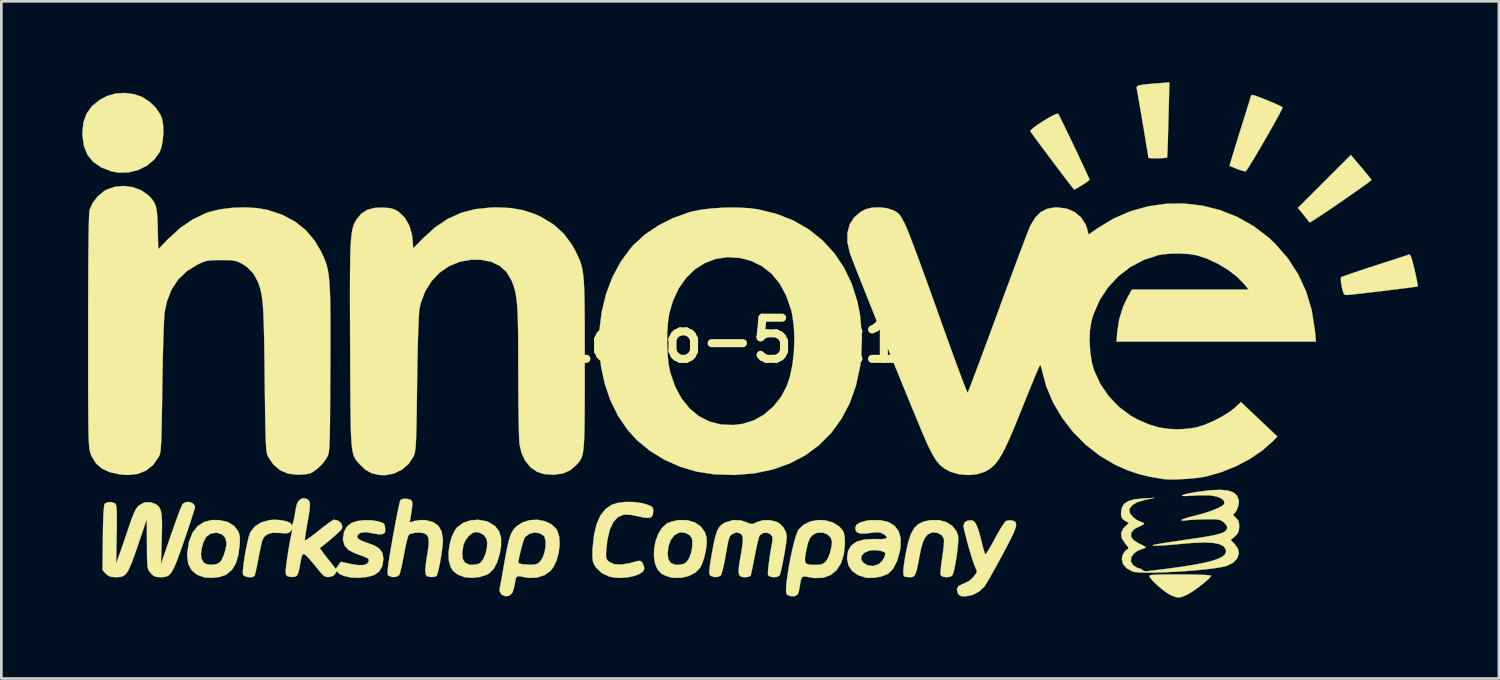
<source format=kicad_pcb>
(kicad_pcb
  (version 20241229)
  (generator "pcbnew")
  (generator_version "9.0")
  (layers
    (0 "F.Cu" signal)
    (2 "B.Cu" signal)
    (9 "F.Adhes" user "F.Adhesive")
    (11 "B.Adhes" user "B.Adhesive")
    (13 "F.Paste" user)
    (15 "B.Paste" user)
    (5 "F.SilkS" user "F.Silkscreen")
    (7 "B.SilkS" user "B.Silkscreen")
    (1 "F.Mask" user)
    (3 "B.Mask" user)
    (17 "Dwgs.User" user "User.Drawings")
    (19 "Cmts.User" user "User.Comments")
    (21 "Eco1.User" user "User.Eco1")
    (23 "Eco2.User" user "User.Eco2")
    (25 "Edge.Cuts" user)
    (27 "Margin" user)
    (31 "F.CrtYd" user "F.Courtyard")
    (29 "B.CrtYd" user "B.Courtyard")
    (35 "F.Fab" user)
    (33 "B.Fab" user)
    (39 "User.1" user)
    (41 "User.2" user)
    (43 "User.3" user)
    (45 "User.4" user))
  (footprint "Logo-50x19"
    (layer "F.Cu")
    (at 24.755 9.567)
    (property "Reference" "Logo-50x19" (at 0 0 0) (layer "F.SilkS") (effects (font (size 1.524 1.524) (thickness 0.3))))
    (attr through_hole)
    (fp_poly (pts (xy 22.664 -6.429) (xy 22.814 -6.25) (xy 22.939 -6.097) (xy 23.023 -5.989) (xy 23.054 -5.943) (xy 23.017 -5.908) (xy 22.908 -5.826) (xy 22.742 -5.705) (xy 22.53 -5.555) (xy 22.286 -5.385) (xy 22.024 -5.203) (xy 21.756 -5.019) (xy 21.496 -4.841) (xy 21.256 -4.68) (xy 21.049 -4.543) (xy 20.89 -4.44) (xy 20.791 -4.38) (xy 20.765 -4.369) (xy 20.729 -4.404) (xy 20.701 -4.441) (xy 20.64 -4.521) (xy 20.543 -4.644) (xy 20.488 -4.711) (xy 20.326 -4.909) (xy 22.289 -6.87) (xy 22.664 -6.429)) (stroke (width 0.01) (type solid)) (fill yes) (layer "F.SilkS"))
    (fp_poly (pts (xy -22.827 -9.124) (xy -22.538 -9.023) (xy -22.266 -8.85) (xy -22.033 -8.626) (xy -21.862 -8.376) (xy -21.793 -8.205) (xy -21.754 -7.968) (xy -21.747 -7.687) (xy -21.771 -7.399) (xy -21.822 -7.143) (xy -21.882 -6.985) (xy -22.083 -6.703) (xy -22.354 -6.477) (xy -22.676 -6.315) (xy -23.03 -6.225) (xy -23.396 -6.213) (xy -23.676 -6.264) (xy -24.054 -6.41) (xy -24.348 -6.613) (xy -24.561 -6.876) (xy -24.693 -7.2) (xy -24.748 -7.591) (xy -24.75 -7.679) (xy -24.713 -8.071) (xy -24.595 -8.404) (xy -24.393 -8.683) (xy -24.103 -8.915) (xy -23.842 -9.054) (xy -23.528 -9.147) (xy -23.178 -9.17) (xy -22.827 -9.124)) (stroke (width 0.01) (type solid)) (fill yes) (layer "F.SilkS"))
    (fp_poly (pts (xy 16.349 8.689) (xy 16.669 8.695) (xy 16.907 8.705) (xy 17.056 8.718) (xy 17.111 8.734) (xy 17.111 8.736) (xy 17.055 8.81) (xy 16.937 8.922) (xy 16.777 9.055) (xy 16.598 9.192) (xy 16.422 9.316) (xy 16.27 9.408) (xy 16.231 9.428) (xy 16.051 9.508) (xy 15.921 9.54) (xy 15.801 9.527) (xy 15.651 9.469) (xy 15.609 9.451) (xy 15.459 9.363) (xy 15.279 9.23) (xy 15.098 9.075) (xy 14.942 8.923) (xy 14.839 8.797) (xy 14.828 8.778) (xy 14.817 8.749) (xy 14.828 8.727) (xy 14.873 8.711) (xy 14.962 8.699) (xy 15.108 8.692) (xy 15.322 8.689) (xy 15.615 8.687) (xy 15.954 8.687) (xy 16.349 8.689)) (stroke (width 0.01) (type solid)) (fill yes) (layer "F.SilkS"))
    (fp_poly (pts (xy 15.525 -8.174) (xy 15.515 -7.81) (xy 15.506 -7.48) (xy 15.497 -7.2) (xy 15.489 -6.98) (xy 15.483 -6.835) (xy 15.479 -6.777) (xy 15.479 -6.777) (xy 15.418 -6.763) (xy 15.293 -6.753) (xy 15.136 -6.748) (xy 14.978 -6.747) (xy 14.851 -6.752) (xy 14.786 -6.762) (xy 14.783 -6.766) (xy 14.775 -6.825) (xy 14.752 -6.968) (xy 14.718 -7.178) (xy 14.675 -7.438) (xy 14.626 -7.732) (xy 14.573 -8.043) (xy 14.521 -8.355) (xy 14.47 -8.65) (xy 14.425 -8.912) (xy 14.388 -9.125) (xy 14.361 -9.272) (xy 14.35 -9.33) (xy 14.346 -9.381) (xy 14.368 -9.42) (xy 14.431 -9.449) (xy 14.547 -9.473) (xy 14.732 -9.495) (xy 14.999 -9.518) (xy 15.134 -9.529) (xy 15.561 -9.562) (xy 15.525 -8.174)) (stroke (width 0.01) (type solid)) (fill yes) (layer "F.SilkS"))
    (fp_poly (pts (xy 11.434 -8.398) (xy 11.466 -8.343) (xy 11.533 -8.212) (xy 11.628 -8.018) (xy 11.745 -7.778) (xy 11.876 -7.506) (xy 12.015 -7.217) (xy 12.153 -6.926) (xy 12.284 -6.647) (xy 12.401 -6.396) (xy 12.497 -6.188) (xy 12.565 -6.037) (xy 12.597 -5.958) (xy 12.598 -5.951) (xy 12.559 -5.913) (xy 12.46 -5.842) (xy 12.33 -5.756) (xy 12.196 -5.673) (xy 12.086 -5.611) (xy 12.031 -5.588) (xy 11.997 -5.627) (xy 11.91 -5.737) (xy 11.779 -5.906) (xy 11.612 -6.125) (xy 11.417 -6.382) (xy 11.226 -6.637) (xy 11.011 -6.923) (xy 10.816 -7.184) (xy 10.649 -7.409) (xy 10.519 -7.586) (xy 10.433 -7.704) (xy 10.402 -7.748) (xy 10.428 -7.797) (xy 10.523 -7.881) (xy 10.667 -7.987) (xy 10.84 -8.102) (xy 11.022 -8.214) (xy 11.192 -8.31) (xy 11.331 -8.377) (xy 11.418 -8.403) (xy 11.434 -8.398)) (stroke (width 0.01) (type solid)) (fill yes) (layer "F.SilkS"))
    (fp_poly (pts (xy 18.725 -9.075) (xy 18.859 -9.027) (xy 19.036 -8.959) (xy 19.232 -8.879) (xy 19.425 -8.798) (xy 19.593 -8.724) (xy 19.711 -8.667) (xy 19.759 -8.637) (xy 19.759 -8.636) (xy 19.734 -8.571) (xy 19.665 -8.435) (xy 19.561 -8.242) (xy 19.431 -8.006) (xy 19.281 -7.742) (xy 19.121 -7.462) (xy 18.959 -7.182) (xy 18.802 -6.916) (xy 18.66 -6.678) (xy 18.539 -6.481) (xy 18.448 -6.34) (xy 18.396 -6.269) (xy 18.388 -6.264) (xy 18.301 -6.276) (xy 18.159 -6.319) (xy 18.06 -6.356) (xy 17.917 -6.416) (xy 17.819 -6.458) (xy 17.794 -6.471) (xy 17.806 -6.521) (xy 17.844 -6.654) (xy 17.905 -6.859) (xy 17.986 -7.123) (xy 18.081 -7.433) (xy 18.188 -7.774) (xy 18.295 -8.117) (xy 18.392 -8.427) (xy 18.474 -8.691) (xy 18.538 -8.896) (xy 18.579 -9.03) (xy 18.593 -9.079) (xy 18.633 -9.092) (xy 18.655 -9.093) (xy 18.725 -9.075)) (stroke (width 0.01) (type solid)) (fill yes) (layer "F.SilkS"))
    (fp_poly (pts (xy 24.487 -3.16) (xy 24.529 -3.071) (xy 24.581 -2.902) (xy 24.645 -2.644) (xy 24.653 -2.609) (xy 24.705 -2.378) (xy 24.745 -2.186) (xy 24.769 -2.053) (xy 24.774 -1.998) (xy 24.774 -1.998) (xy 24.721 -1.988) (xy 24.584 -1.968) (xy 24.378 -1.94) (xy 24.12 -1.907) (xy 23.826 -1.871) (xy 23.512 -1.832) (xy 23.195 -1.794) (xy 22.89 -1.758) (xy 22.615 -1.726) (xy 22.385 -1.701) (xy 22.216 -1.684) (xy 22.125 -1.677) (xy 22.121 -1.676) (xy 22.059 -1.693) (xy 22.014 -1.756) (xy 21.974 -1.887) (xy 21.952 -1.988) (xy 21.925 -2.156) (xy 21.918 -2.283) (xy 21.93 -2.337) (xy 21.988 -2.362) (xy 22.129 -2.413) (xy 22.34 -2.486) (xy 22.606 -2.576) (xy 22.916 -2.678) (xy 23.176 -2.763) (xy 23.511 -2.871) (xy 23.815 -2.97) (xy 24.075 -3.054) (xy 24.277 -3.12) (xy 24.407 -3.163) (xy 24.449 -3.178) (xy 24.487 -3.16)) (stroke (width 0.01) (type solid)) (fill yes) (layer "F.SilkS"))
    (fp_poly (pts (xy -9.78 6.71) (xy -9.673 6.751) (xy -9.445 6.895) (xy -9.296 7.086) (xy -9.223 7.332) (xy -9.224 7.639) (xy -9.271 7.91) (xy -9.368 8.236) (xy -9.494 8.475) (xy -9.657 8.639) (xy -9.754 8.696) (xy -10.019 8.782) (xy -10.315 8.813) (xy -10.58 8.786) (xy -10.834 8.691) (xy -11.011 8.545) (xy -11.095 8.409) (xy -11.16 8.176) (xy -11.172 7.891) (xy -11.172 7.889) (xy -10.664 7.889) (xy -10.646 8.105) (xy -10.563 8.248) (xy -10.414 8.319) (xy -10.297 8.33) (xy -10.143 8.314) (xy -10.023 8.278) (xy -10.003 8.266) (xy -9.891 8.129) (xy -9.803 7.929) (xy -9.748 7.703) (xy -9.738 7.488) (xy -9.761 7.366) (xy -9.858 7.228) (xy -10.018 7.137) (xy -10.162 7.112) (xy -10.293 7.156) (xy -10.43 7.269) (xy -10.547 7.423) (xy -10.618 7.593) (xy -10.619 7.595) (xy -10.664 7.889) (xy -11.172 7.889) (xy -11.135 7.588) (xy -11.055 7.296) (xy -10.937 7.049) (xy -10.85 6.935) (xy -10.634 6.776) (xy -10.365 6.682) (xy -10.071 6.659) (xy -9.78 6.71)) (stroke (width 0.01) (type solid)) (fill yes) (layer "F.SilkS"))
    (fp_poly (pts (xy -19.654 6.671) (xy -19.355 6.743) (xy -19.131 6.879) (xy -18.988 7.061) (xy -18.934 7.183) (xy -18.91 7.316) (xy -18.911 7.497) (xy -18.917 7.595) (xy -18.969 7.983) (xy -19.063 8.286) (xy -19.203 8.514) (xy -19.394 8.677) (xy -19.45 8.709) (xy -19.65 8.776) (xy -19.898 8.81) (xy -20.148 8.805) (xy -20.234 8.792) (xy -20.505 8.694) (xy -20.701 8.528) (xy -20.822 8.296) (xy -20.864 8) (xy -20.862 7.928) (xy -20.353 7.928) (xy -20.335 8.096) (xy -20.264 8.225) (xy -20.237 8.255) (xy -20.12 8.312) (xy -19.954 8.328) (xy -19.783 8.303) (xy -19.672 8.253) (xy -19.591 8.154) (xy -19.512 7.988) (xy -19.448 7.79) (xy -19.41 7.595) (xy -19.406 7.515) (xy -19.449 7.329) (xy -19.57 7.201) (xy -19.757 7.142) (xy -19.812 7.14) (xy -20.008 7.177) (xy -20.157 7.292) (xy -20.264 7.493) (xy -20.32 7.694) (xy -20.353 7.928) (xy -20.862 7.928) (xy -20.86 7.874) (xy -20.795 7.471) (xy -20.67 7.147) (xy -20.487 6.904) (xy -20.248 6.743) (xy -19.955 6.667) (xy -19.654 6.671)) (stroke (width 0.01) (type solid)) (fill yes) (layer "F.SilkS"))
    (fp_poly (pts (xy -2.301 6.676) (xy -2.03 6.76) (xy -1.813 6.911) (xy -1.662 7.12) (xy -1.6 7.328) (xy -1.596 7.537) (xy -1.629 7.795) (xy -1.691 8.063) (xy -1.772 8.301) (xy -1.846 8.443) (xy -2.018 8.617) (xy -2.257 8.741) (xy -2.535 8.808) (xy -2.827 8.81) (xy -2.96 8.786) (xy -3.122 8.733) (xy -3.262 8.666) (xy -3.273 8.659) (xy -3.419 8.506) (xy -3.512 8.29) (xy -3.554 8.03) (xy -3.552 7.926) (xy -3.048 7.926) (xy -3.016 8.135) (xy -2.919 8.267) (xy -2.752 8.327) (xy -2.674 8.331) (xy -2.462 8.299) (xy -2.348 8.229) (xy -2.248 8.083) (xy -2.172 7.874) (xy -2.131 7.643) (xy -2.132 7.428) (xy -2.152 7.333) (xy -2.234 7.227) (xy -2.376 7.151) (xy -2.539 7.123) (xy -2.614 7.132) (xy -2.79 7.226) (xy -2.927 7.401) (xy -3.016 7.64) (xy -3.048 7.926) (xy -3.552 7.926) (xy -3.548 7.747) (xy -3.497 7.463) (xy -3.402 7.199) (xy -3.268 6.974) (xy -3.095 6.81) (xy -3.043 6.779) (xy -2.897 6.726) (xy -2.708 6.682) (xy -2.611 6.669) (xy -2.301 6.676)) (stroke (width 0.01) (type solid)) (fill yes) (layer "F.SilkS"))
    (fp_poly (pts (xy -4.31 5.999) (xy -4.009 6.039) (xy -3.835 6.086) (xy -3.687 6.141) (xy -3.611 6.194) (xy -3.584 6.268) (xy -3.581 6.344) (xy -3.598 6.482) (xy -3.656 6.563) (xy -3.77 6.591) (xy -3.954 6.571) (xy -4.131 6.532) (xy -4.385 6.481) (xy -4.594 6.464) (xy -4.684 6.471) (xy -4.891 6.56) (xy -5.059 6.743) (xy -5.188 7.018) (xy -5.277 7.386) (xy -5.317 7.725) (xy -5.331 7.922) (xy -5.33 8.044) (xy -5.307 8.121) (xy -5.256 8.18) (xy -5.202 8.225) (xy -5.021 8.306) (xy -4.771 8.32) (xy -4.448 8.266) (xy -4.301 8.227) (xy -4.152 8.187) (xy -4.067 8.182) (xy -4.014 8.214) (xy -3.983 8.253) (xy -3.925 8.384) (xy -3.912 8.471) (xy -3.959 8.575) (xy -4.087 8.665) (xy -4.275 8.739) (xy -4.504 8.789) (xy -4.752 8.813) (xy -4.999 8.805) (xy -5.196 8.769) (xy -5.478 8.643) (xy -5.693 8.443) (xy -5.777 8.309) (xy -5.816 8.203) (xy -5.835 8.062) (xy -5.835 7.861) (xy -5.827 7.699) (xy -5.774 7.211) (xy -5.678 6.811) (xy -5.537 6.495) (xy -5.348 6.259) (xy -5.132 6.109) (xy -4.907 6.034) (xy -4.621 5.997) (xy -4.31 5.999)) (stroke (width 0.01) (type solid)) (fill yes) (layer "F.SilkS"))
    (fp_poly (pts (xy 7.02 6.671) (xy 7.294 6.747) (xy 7.514 6.888) (xy 7.667 7.088) (xy 7.723 7.244) (xy 7.731 7.367) (xy 7.722 7.558) (xy 7.699 7.791) (xy 7.666 8.042) (xy 7.626 8.287) (xy 7.583 8.499) (xy 7.54 8.656) (xy 7.507 8.725) (xy 7.417 8.775) (xy 7.286 8.789) (xy 7.16 8.768) (xy 7.082 8.715) (xy 7.077 8.706) (xy 7.072 8.625) (xy 7.083 8.467) (xy 7.108 8.258) (xy 7.138 8.056) (xy 7.172 7.815) (xy 7.195 7.599) (xy 7.203 7.435) (xy 7.197 7.358) (xy 7.119 7.232) (xy 6.978 7.149) (xy 6.812 7.124) (xy 6.719 7.142) (xy 6.598 7.207) (xy 6.501 7.317) (xy 6.422 7.486) (xy 6.352 7.728) (xy 6.296 8.001) (xy 6.24 8.298) (xy 6.193 8.509) (xy 6.15 8.649) (xy 6.103 8.733) (xy 6.046 8.774) (xy 5.971 8.787) (xy 5.928 8.788) (xy 5.802 8.779) (xy 5.726 8.757) (xy 5.723 8.755) (xy 5.696 8.679) (xy 5.694 8.53) (xy 5.719 8.3) (xy 5.771 7.981) (xy 5.795 7.849) (xy 5.88 7.468) (xy 5.978 7.177) (xy 6.1 6.964) (xy 6.254 6.816) (xy 6.45 6.723) (xy 6.696 6.672) (xy 6.707 6.671) (xy 7.02 6.671)) (stroke (width 0.01) (type solid)) (fill yes) (layer "F.SilkS"))
    (fp_poly (pts (xy 5.145 6.744) (xy 5.372 6.884) (xy 5.524 7.09) (xy 5.597 7.359) (xy 5.589 7.689) (xy 5.566 7.822) (xy 5.461 8.193) (xy 5.318 8.47) (xy 5.14 8.651) (xy 5.079 8.687) (xy 4.865 8.764) (xy 4.612 8.809) (xy 4.375 8.814) (xy 4.318 8.807) (xy 4.024 8.716) (xy 3.803 8.565) (xy 3.663 8.358) (xy 3.611 8.117) (xy 4.128 8.117) (xy 4.194 8.239) (xy 4.349 8.338) (xy 4.369 8.346) (xy 4.565 8.374) (xy 4.768 8.31) (xy 4.902 8.197) (xy 4.998 8.039) (xy 5.029 7.903) (xy 4.984 7.854) (xy 4.868 7.814) (xy 4.713 7.79) (xy 4.55 7.787) (xy 4.438 7.802) (xy 4.252 7.879) (xy 4.148 7.991) (xy 4.128 8.117) (xy 3.611 8.117) (xy 3.608 8.102) (xy 3.607 8.071) (xy 3.646 7.81) (xy 3.764 7.61) (xy 3.962 7.471) (xy 4.24 7.391) (xy 4.601 7.371) (xy 4.67 7.374) (xy 4.905 7.376) (xy 5.042 7.357) (xy 5.085 7.314) (xy 5.037 7.246) (xy 4.951 7.182) (xy 4.843 7.132) (xy 4.71 7.121) (xy 4.558 7.137) (xy 4.288 7.169) (xy 4.102 7.169) (xy 3.987 7.132) (xy 3.928 7.056) (xy 3.912 6.948) (xy 3.96 6.841) (xy 4.098 6.755) (xy 4.316 6.694) (xy 4.476 6.673) (xy 4.846 6.673) (xy 5.145 6.744)) (stroke (width 0.01) (type solid)) (fill yes) (layer "F.SilkS"))
    (fp_poly (pts (xy 9.728 6.685) (xy 9.81 6.714) (xy 9.861 6.761) (xy 9.879 6.834) (xy 9.861 6.945) (xy 9.802 7.104) (xy 9.702 7.321) (xy 9.557 7.605) (xy 9.37 7.956) (xy 9.205 8.259) (xy 9.049 8.541) (xy 8.911 8.786) (xy 8.799 8.979) (xy 8.722 9.104) (xy 8.703 9.132) (xy 8.508 9.317) (xy 8.26 9.446) (xy 7.998 9.499) (xy 7.977 9.5) (xy 7.834 9.488) (xy 7.754 9.441) (xy 7.711 9.369) (xy 7.68 9.226) (xy 7.74 9.118) (xy 7.894 9.037) (xy 7.948 9.021) (xy 8.15 8.917) (xy 8.298 8.774) (xy 8.389 8.655) (xy 8.422 8.578) (xy 8.406 8.506) (xy 8.372 8.444) (xy 8.328 8.343) (xy 8.267 8.167) (xy 8.197 7.941) (xy 8.122 7.689) (xy 8.052 7.433) (xy 7.991 7.198) (xy 7.946 7.007) (xy 7.926 6.884) (xy 7.925 6.868) (xy 7.969 6.755) (xy 8.08 6.687) (xy 8.23 6.679) (xy 8.253 6.684) (xy 8.321 6.722) (xy 8.384 6.807) (xy 8.448 6.951) (xy 8.517 7.166) (xy 8.596 7.463) (xy 8.64 7.645) (xy 8.681 7.798) (xy 8.718 7.907) (xy 8.733 7.936) (xy 8.767 7.908) (xy 8.837 7.804) (xy 8.935 7.64) (xy 9.051 7.431) (xy 9.086 7.364) (xy 9.211 7.135) (xy 9.329 6.938) (xy 9.427 6.79) (xy 9.493 6.71) (xy 9.503 6.704) (xy 9.626 6.676) (xy 9.728 6.685)) (stroke (width 0.01) (type solid)) (fill yes) (layer "F.SilkS"))
    (fp_poly (pts (xy 2.811 6.681) (xy 3.079 6.759) (xy 3.309 6.901) (xy 3.426 7.027) (xy 3.485 7.132) (xy 3.517 7.262) (xy 3.527 7.449) (xy 3.527 7.535) (xy 3.488 7.937) (xy 3.384 8.269) (xy 3.219 8.528) (xy 2.997 8.709) (xy 2.723 8.807) (xy 2.402 8.82) (xy 2.212 8.789) (xy 2.059 8.76) (xy 1.964 8.771) (xy 1.91 8.838) (xy 1.876 8.978) (xy 1.857 9.111) (xy 1.827 9.273) (xy 1.789 9.397) (xy 1.769 9.435) (xy 1.667 9.489) (xy 1.529 9.493) (xy 1.403 9.45) (xy 1.367 9.418) (xy 1.346 9.332) (xy 1.348 9.165) (xy 1.369 8.936) (xy 1.406 8.662) (xy 1.455 8.361) (xy 1.508 8.082) (xy 2.047 8.082) (xy 2.051 8.218) (xy 2.104 8.292) (xy 2.222 8.324) (xy 2.419 8.33) (xy 2.428 8.33) (xy 2.61 8.32) (xy 2.73 8.28) (xy 2.816 8.212) (xy 2.895 8.09) (xy 2.968 7.905) (xy 3.023 7.696) (xy 3.048 7.5) (xy 3.048 7.476) (xy 3.003 7.321) (xy 2.885 7.203) (xy 2.72 7.138) (xy 2.532 7.136) (xy 2.433 7.165) (xy 2.315 7.236) (xy 2.226 7.35) (xy 2.156 7.524) (xy 2.096 7.777) (xy 2.08 7.866) (xy 2.047 8.082) (xy 1.508 8.082) (xy 1.514 8.051) (xy 1.579 7.751) (xy 1.647 7.477) (xy 1.714 7.248) (xy 1.778 7.081) (xy 1.813 7.017) (xy 2.004 6.836) (xy 2.25 6.719) (xy 2.526 6.668) (xy 2.811 6.681)) (stroke (width 0.01) (type solid)) (fill yes) (layer "F.SilkS"))
    (fp_poly (pts (xy -7.614 6.705) (xy -7.378 6.811) (xy -7.196 6.971) (xy -7.136 7.064) (xy -7.066 7.291) (xy -7.051 7.57) (xy -7.085 7.87) (xy -7.163 8.16) (xy -7.279 8.411) (xy -7.39 8.555) (xy -7.613 8.711) (xy -7.888 8.8) (xy -8.185 8.815) (xy -8.336 8.792) (xy -8.514 8.754) (xy -8.617 8.754) (xy -8.67 8.805) (xy -8.697 8.922) (xy -8.709 9.004) (xy -8.743 9.181) (xy -8.791 9.332) (xy -8.818 9.385) (xy -8.931 9.478) (xy -9.074 9.493) (xy -9.21 9.425) (xy -9.22 9.416) (xy -9.279 9.301) (xy -9.278 9.226) (xy -9.261 9.139) (xy -9.23 8.974) (xy -9.189 8.749) (xy -9.143 8.485) (xy -9.12 8.357) (xy -9.102 8.257) (xy -8.585 8.257) (xy -8.538 8.285) (xy -8.409 8.309) (xy -8.219 8.323) (xy -8.15 8.325) (xy -7.976 8.319) (xy -7.863 8.282) (xy -7.78 8.212) (xy -7.68 8.059) (xy -7.609 7.859) (xy -7.571 7.645) (xy -7.571 7.445) (xy -7.613 7.292) (xy -7.645 7.247) (xy -7.804 7.153) (xy -7.994 7.132) (xy -8.18 7.181) (xy -8.327 7.295) (xy -8.349 7.326) (xy -8.385 7.413) (xy -8.432 7.568) (xy -8.484 7.76) (xy -8.532 7.958) (xy -8.568 8.131) (xy -8.585 8.247) (xy -8.585 8.257) (xy -9.102 8.257) (xy -9.05 7.965) (xy -8.991 7.66) (xy -8.936 7.427) (xy -8.882 7.252) (xy -8.824 7.12) (xy -8.758 7.016) (xy -8.677 6.928) (xy -8.64 6.893) (xy -8.417 6.75) (xy -8.157 6.672) (xy -7.882 6.658) (xy -7.614 6.705)) (stroke (width 0.01) (type solid)) (fill yes) (layer "F.SilkS"))
    (fp_poly (pts (xy -12.599 5.907) (xy -12.541 5.948) (xy -12.52 5.994) (xy -12.513 6.063) (xy -12.52 6.175) (xy -12.545 6.35) (xy -12.579 6.563) (xy -12.611 6.752) (xy -12.416 6.698) (xy -12.233 6.67) (xy -12.035 6.67) (xy -12.003 6.674) (xy -11.735 6.748) (xy -11.543 6.887) (xy -11.427 7.093) (xy -11.382 7.371) (xy -11.381 7.427) (xy -11.392 7.597) (xy -11.417 7.813) (xy -11.453 8.051) (xy -11.495 8.287) (xy -11.54 8.497) (xy -11.582 8.656) (xy -11.617 8.742) (xy -11.621 8.745) (xy -11.702 8.775) (xy -11.832 8.78) (xy -11.843 8.779) (xy -11.961 8.756) (xy -12.013 8.695) (xy -12.031 8.592) (xy -12.029 8.466) (xy -12.01 8.274) (xy -11.979 8.048) (xy -11.961 7.946) (xy -11.916 7.654) (xy -11.904 7.445) (xy -11.927 7.301) (xy -11.988 7.21) (xy -12.077 7.158) (xy -12.233 7.132) (xy -12.423 7.142) (xy -12.591 7.184) (xy -12.638 7.207) (xy -12.669 7.268) (xy -12.711 7.411) (xy -12.759 7.616) (xy -12.809 7.862) (xy -12.823 7.943) (xy -12.872 8.202) (xy -12.921 8.429) (xy -12.965 8.603) (xy -12.999 8.703) (xy -13.007 8.714) (xy -13.113 8.775) (xy -13.255 8.783) (xy -13.38 8.74) (xy -13.411 8.713) (xy -13.427 8.671) (xy -13.432 8.593) (xy -13.423 8.467) (xy -13.4 8.284) (xy -13.362 8.031) (xy -13.306 7.699) (xy -13.237 7.303) (xy -13.172 6.947) (xy -13.111 6.623) (xy -13.056 6.344) (xy -13.009 6.126) (xy -12.974 5.981) (xy -12.954 5.923) (xy -12.859 5.883) (xy -12.724 5.879) (xy -12.599 5.907)) (stroke (width 0.01) (type solid)) (fill yes) (layer "F.SilkS"))
    (fp_poly (pts (xy -20.667 6.041) (xy -20.587 6.127) (xy -20.574 6.187) (xy -20.59 6.253) (xy -20.635 6.401) (xy -20.704 6.616) (xy -20.792 6.885) (xy -20.895 7.192) (xy -20.966 7.4) (xy -21.106 7.803) (xy -21.221 8.12) (xy -21.318 8.36) (xy -21.403 8.535) (xy -21.484 8.655) (xy -21.565 8.73) (xy -21.655 8.77) (xy -21.76 8.786) (xy -21.846 8.788) (xy -22.009 8.778) (xy -22.116 8.735) (xy -22.215 8.639) (xy -22.22 8.632) (xy -22.267 8.574) (xy -22.301 8.516) (xy -22.325 8.443) (xy -22.34 8.338) (xy -22.349 8.184) (xy -22.353 7.967) (xy -22.355 7.669) (xy -22.356 7.553) (xy -22.36 6.629) (xy -22.653 7.493) (xy -22.785 7.88) (xy -22.893 8.181) (xy -22.985 8.407) (xy -23.066 8.569) (xy -23.145 8.677) (xy -23.23 8.742) (xy -23.326 8.775) (xy -23.442 8.787) (xy -23.534 8.788) (xy -23.705 8.771) (xy -23.826 8.708) (xy -23.88 8.657) (xy -24.003 8.525) (xy -23.991 7.329) (xy -23.984 6.875) (xy -23.973 6.521) (xy -23.958 6.268) (xy -23.938 6.114) (xy -23.921 6.064) (xy -23.818 6.007) (xy -23.678 6) (xy -23.553 6.042) (xy -23.52 6.071) (xy -23.498 6.125) (xy -23.483 6.234) (xy -23.474 6.407) (xy -23.471 6.655) (xy -23.474 6.988) (xy -23.479 7.214) (xy -23.5 8.281) (xy -23.384 7.963) (xy -23.324 7.795) (xy -23.242 7.559) (xy -23.148 7.284) (xy -23.052 7) (xy -23.035 6.948) (xy -22.933 6.652) (xy -22.85 6.438) (xy -22.779 6.288) (xy -22.711 6.186) (xy -22.649 6.123) (xy -22.45 6.015) (xy -22.232 6.006) (xy -22.052 6.068) (xy -21.96 6.126) (xy -21.892 6.202) (xy -21.844 6.309) (xy -21.814 6.46) (xy -21.799 6.671) (xy -21.797 6.953) (xy -21.805 7.321) (xy -21.807 7.383) (xy -21.837 8.306) (xy -21.467 7.227) (xy -21.356 6.911) (xy -21.253 6.624) (xy -21.163 6.382) (xy -21.092 6.2) (xy -21.044 6.092) (xy -21.032 6.072) (xy -20.924 6.004) (xy -20.791 5.997) (xy -20.667 6.041)) (stroke (width 0.01) (type solid)) (fill yes) (layer "F.SilkS"))
    (fp_poly (pts (xy -0.036 -4.898) (xy 0.287 -4.858) (xy 0.978 -4.69) (xy 1.612 -4.441) (xy 2.183 -4.113) (xy 2.69 -3.71) (xy 3.127 -3.236) (xy 3.493 -2.695) (xy 3.782 -2.09) (xy 3.992 -1.426) (xy 4.09 -0.927) (xy 4.159 -0.144) (xy 4.132 0.639) (xy 4.092 0.965) (xy 3.938 1.679) (xy 3.706 2.331) (xy 3.398 2.918) (xy 3.019 3.438) (xy 2.572 3.888) (xy 2.06 4.266) (xy 1.486 4.568) (xy 0.856 4.792) (xy 0.171 4.936) (xy -0.563 4.997) (xy -1.321 4.973) (xy -1.958 4.875) (xy -2.578 4.692) (xy -3.164 4.432) (xy -3.703 4.102) (xy -4.18 3.709) (xy -4.519 3.34) (xy -4.883 2.808) (xy -5.171 2.223) (xy -5.383 1.597) (xy -5.521 0.944) (xy -5.584 0.273) (xy -5.581 0.107) (xy -3.066 0.107) (xy -3.05 0.515) (xy -3.012 0.886) (xy -2.953 1.186) (xy -2.772 1.711) (xy -2.532 2.159) (xy -2.238 2.527) (xy -1.895 2.813) (xy -1.505 3.013) (xy -1.075 3.124) (xy -0.609 3.144) (xy -0.26 3.1) (xy 0.15 2.972) (xy 0.532 2.755) (xy 0.873 2.46) (xy 1.161 2.098) (xy 1.367 1.712) (xy 1.493 1.336) (xy 1.584 0.892) (xy 1.638 0.409) (xy 1.654 -0.086) (xy 1.63 -0.564) (xy 1.565 -0.997) (xy 1.533 -1.128) (xy 1.35 -1.656) (xy 1.108 -2.103) (xy 0.808 -2.468) (xy 0.45 -2.75) (xy 0.037 -2.948) (xy -0.365 -3.051) (xy -0.825 -3.081) (xy -1.263 -3.016) (xy -1.67 -2.862) (xy -2.039 -2.625) (xy -2.363 -2.309) (xy -2.635 -1.921) (xy -2.848 -1.467) (xy -2.981 -1.014) (xy -3.032 -0.689) (xy -3.06 -0.305) (xy -3.066 0.107) (xy -5.581 0.107) (xy -5.573 -0.401) (xy -5.488 -1.067) (xy -5.33 -1.713) (xy -5.099 -2.327) (xy -4.795 -2.897) (xy -4.419 -3.411) (xy -4.295 -3.549) (xy -3.882 -3.924) (xy -3.392 -4.254) (xy -2.847 -4.53) (xy -2.266 -4.738) (xy -2.134 -4.775) (xy -1.783 -4.844) (xy -1.366 -4.892) (xy -0.913 -4.918) (xy -0.459 -4.92) (xy -0.036 -4.898)) (stroke (width 0.01) (type solid)) (fill yes) (layer "F.SilkS"))
    (fp_poly (pts (xy -0.324 6.682) (xy -0.127 6.749) (xy 0.005 6.804) (xy 0.097 6.814) (xy 0.198 6.777) (xy 0.27 6.741) (xy 0.495 6.674) (xy 0.751 6.673) (xy 0.993 6.734) (xy 1.093 6.787) (xy 1.246 6.937) (xy 1.346 7.135) (xy 1.372 7.287) (xy 1.362 7.408) (xy 1.338 7.592) (xy 1.302 7.817) (xy 1.259 8.057) (xy 1.214 8.292) (xy 1.17 8.497) (xy 1.133 8.648) (xy 1.105 8.724) (xy 1.105 8.725) (xy 1.015 8.775) (xy 0.885 8.789) (xy 0.759 8.767) (xy 0.68 8.713) (xy 0.676 8.704) (xy 0.672 8.624) (xy 0.683 8.465) (xy 0.708 8.25) (xy 0.743 7.999) (xy 0.786 7.733) (xy 0.833 7.475) (xy 0.846 7.409) (xy 0.833 7.277) (xy 0.751 7.184) (xy 0.631 7.137) (xy 0.5 7.147) (xy 0.387 7.219) (xy 0.354 7.267) (xy 0.326 7.352) (xy 0.285 7.515) (xy 0.237 7.733) (xy 0.187 7.985) (xy 0.18 8.025) (xy 0.132 8.274) (xy 0.088 8.489) (xy 0.052 8.648) (xy 0.029 8.731) (xy 0.026 8.737) (xy -0.042 8.772) (xy -0.165 8.788) (xy -0.179 8.788) (xy -0.296 8.777) (xy -0.372 8.734) (xy -0.41 8.644) (xy -0.413 8.493) (xy -0.385 8.268) (xy -0.352 8.076) (xy -0.298 7.762) (xy -0.266 7.533) (xy -0.258 7.372) (xy -0.272 7.266) (xy -0.311 7.199) (xy -0.374 7.157) (xy -0.379 7.155) (xy -0.495 7.125) (xy -0.607 7.166) (xy -0.632 7.182) (xy -0.684 7.217) (xy -0.724 7.256) (xy -0.756 7.313) (xy -0.785 7.405) (xy -0.817 7.548) (xy -0.857 7.758) (xy -0.909 8.051) (xy -0.912 8.071) (xy -0.958 8.307) (xy -1.004 8.51) (xy -1.045 8.655) (xy -1.072 8.719) (xy -1.176 8.776) (xy -1.316 8.783) (xy -1.44 8.742) (xy -1.473 8.713) (xy -1.495 8.663) (xy -1.501 8.575) (xy -1.489 8.433) (xy -1.46 8.223) (xy -1.41 7.929) (xy -1.405 7.903) (xy -1.34 7.552) (xy -1.28 7.288) (xy -1.22 7.094) (xy -1.151 6.956) (xy -1.069 6.858) (xy -0.966 6.787) (xy -0.898 6.754) (xy -0.608 6.668) (xy -0.324 6.682)) (stroke (width 0.01) (type solid)) (fill yes) (layer "F.SilkS"))
    (fp_poly (pts (xy -8.854 -4.901) (xy -8.402 -4.821) (xy -7.974 -4.679) (xy -7.728 -4.567) (xy -7.274 -4.29) (xy -6.893 -3.944) (xy -6.588 -3.532) (xy -6.49 -3.353) (xy -6.418 -3.209) (xy -6.356 -3.08) (xy -6.304 -2.958) (xy -6.26 -2.833) (xy -6.223 -2.698) (xy -6.194 -2.544) (xy -6.171 -2.362) (xy -6.153 -2.144) (xy -6.14 -1.881) (xy -6.132 -1.565) (xy -6.126 -1.187) (xy -6.123 -0.739) (xy -6.122 -0.212) (xy -6.121 0.403) (xy -6.121 0.864) (xy -6.121 1.534) (xy -6.122 2.111) (xy -6.124 2.602) (xy -6.127 3.015) (xy -6.133 3.358) (xy -6.141 3.638) (xy -6.153 3.864) (xy -6.17 4.043) (xy -6.191 4.184) (xy -6.217 4.293) (xy -6.249 4.379) (xy -6.289 4.449) (xy -6.335 4.513) (xy -6.389 4.576) (xy -6.414 4.605) (xy -6.646 4.813) (xy -6.914 4.937) (xy -7.235 4.986) (xy -7.313 4.987) (xy -7.631 4.962) (xy -7.886 4.881) (xy -8.103 4.733) (xy -8.161 4.679) (xy -8.345 4.445) (xy -8.47 4.161) (xy -8.537 3.873) (xy -8.547 3.763) (xy -8.556 3.563) (xy -8.564 3.284) (xy -8.571 2.939) (xy -8.577 2.538) (xy -8.581 2.094) (xy -8.584 1.618) (xy -8.585 1.186) (xy -8.586 0.568) (xy -8.588 0.042) (xy -8.593 -0.402) (xy -8.602 -0.774) (xy -8.614 -1.083) (xy -8.631 -1.338) (xy -8.654 -1.551) (xy -8.682 -1.73) (xy -8.718 -1.884) (xy -8.761 -2.025) (xy -8.813 -2.162) (xy -8.842 -2.23) (xy -9.022 -2.531) (xy -9.27 -2.757) (xy -9.585 -2.908) (xy -9.964 -2.983) (xy -10.312 -2.987) (xy -10.748 -2.913) (xy -11.149 -2.75) (xy -11.503 -2.507) (xy -11.803 -2.191) (xy -12.038 -1.813) (xy -12.201 -1.38) (xy -12.248 -1.168) (xy -12.262 -1.038) (xy -12.276 -0.815) (xy -12.29 -0.506) (xy -12.303 -0.121) (xy -12.315 0.332) (xy -12.326 0.845) (xy -12.335 1.41) (xy -12.338 1.626) (xy -12.345 2.191) (xy -12.352 2.664) (xy -12.359 3.054) (xy -12.366 3.371) (xy -12.374 3.622) (xy -12.383 3.818) (xy -12.394 3.968) (xy -12.407 4.081) (xy -12.422 4.167) (xy -12.441 4.233) (xy -12.463 4.291) (xy -12.476 4.318) (xy -12.653 4.587) (xy -12.9 4.799) (xy -13.195 4.943) (xy -13.515 5.006) (xy -13.767 4.994) (xy -14.034 4.926) (xy -14.247 4.808) (xy -14.441 4.625) (xy -14.507 4.553) (xy -14.564 4.488) (xy -14.614 4.423) (xy -14.656 4.352) (xy -14.692 4.266) (xy -14.722 4.159) (xy -14.746 4.024) (xy -14.765 3.853) (xy -14.78 3.638) (xy -14.792 3.374) (xy -14.8 3.052) (xy -14.806 2.666) (xy -14.811 2.208) (xy -14.814 1.67) (xy -14.817 1.047) (xy -14.82 0.33) (xy -14.821 0.23) (xy -14.824 -0.533) (xy -14.826 -1.201) (xy -14.827 -1.781) (xy -14.825 -2.281) (xy -14.822 -2.707) (xy -14.816 -3.067) (xy -14.807 -3.367) (xy -14.795 -3.615) (xy -14.779 -3.817) (xy -14.759 -3.981) (xy -14.735 -4.113) (xy -14.707 -4.221) (xy -14.673 -4.311) (xy -14.635 -4.391) (xy -14.591 -4.466) (xy -14.41 -4.691) (xy -14.187 -4.836) (xy -13.907 -4.909) (xy -13.61 -4.919) (xy -13.391 -4.903) (xy -13.236 -4.873) (xy -13.109 -4.817) (xy -13.02 -4.76) (xy -12.792 -4.543) (xy -12.625 -4.254) (xy -12.527 -3.912) (xy -12.508 -3.753) (xy -12.483 -3.407) (xy -12.122 -3.776) (xy -11.671 -4.184) (xy -11.206 -4.497) (xy -10.713 -4.721) (xy -10.18 -4.861) (xy -9.591 -4.922) (xy -9.362 -4.927) (xy -8.854 -4.901)) (stroke (width 0.01) (type solid)) (fill yes) (layer "F.SilkS"))
    (fp_poly (pts (xy -22.87 -5.674) (xy -22.559 -5.556) (xy -22.3 -5.371) (xy -22.284 -5.355) (xy -22.171 -5.234) (xy -22.089 -5.117) (xy -22.032 -4.987) (xy -21.995 -4.823) (xy -21.973 -4.607) (xy -21.959 -4.318) (xy -21.955 -4.137) (xy -21.937 -3.373) (xy -21.573 -3.751) (xy -21.129 -4.156) (xy -20.659 -4.479) (xy -20.176 -4.711) (xy -20.047 -4.756) (xy -19.645 -4.854) (xy -19.19 -4.911) (xy -18.717 -4.927) (xy -18.265 -4.9) (xy -17.889 -4.834) (xy -17.341 -4.653) (xy -16.869 -4.403) (xy -16.468 -4.084) (xy -16.136 -3.693) (xy -15.906 -3.301) (xy -15.836 -3.156) (xy -15.775 -3.02) (xy -15.723 -2.885) (xy -15.68 -2.743) (xy -15.644 -2.585) (xy -15.615 -2.403) (xy -15.593 -2.188) (xy -15.576 -1.932) (xy -15.564 -1.627) (xy -15.557 -1.263) (xy -15.553 -0.833) (xy -15.551 -0.329) (xy -15.553 0.259) (xy -15.555 0.938) (xy -15.556 1.073) (xy -15.559 1.707) (xy -15.562 2.248) (xy -15.565 2.704) (xy -15.568 3.082) (xy -15.573 3.39) (xy -15.578 3.638) (xy -15.585 3.832) (xy -15.593 3.981) (xy -15.604 4.093) (xy -15.617 4.176) (xy -15.632 4.238) (xy -15.651 4.287) (xy -15.673 4.332) (xy -15.682 4.348) (xy -15.819 4.548) (xy -16.002 4.737) (xy -16.196 4.883) (xy -16.3 4.935) (xy -16.421 4.962) (xy -16.601 4.981) (xy -16.77 4.987) (xy -17.122 4.946) (xy -17.419 4.82) (xy -17.667 4.607) (xy -17.863 4.318) (xy -17.884 4.273) (xy -17.902 4.218) (xy -17.917 4.143) (xy -17.93 4.041) (xy -17.94 3.903) (xy -17.949 3.72) (xy -17.957 3.484) (xy -17.964 3.187) (xy -17.971 2.819) (xy -17.977 2.372) (xy -17.984 1.838) (xy -17.989 1.422) (xy -17.996 0.785) (xy -18.004 0.24) (xy -18.013 -0.221) (xy -18.023 -0.609) (xy -18.035 -0.932) (xy -18.05 -1.199) (xy -18.068 -1.42) (xy -18.091 -1.604) (xy -18.118 -1.759) (xy -18.15 -1.896) (xy -18.188 -2.023) (xy -18.233 -2.149) (xy -18.237 -2.16) (xy -18.407 -2.472) (xy -18.654 -2.723) (xy -18.811 -2.825) (xy -18.939 -2.892) (xy -19.053 -2.935) (xy -19.18 -2.959) (xy -19.35 -2.969) (xy -19.592 -2.972) (xy -19.61 -2.972) (xy -19.857 -2.97) (xy -20.034 -2.959) (xy -20.172 -2.934) (xy -20.303 -2.889) (xy -20.457 -2.818) (xy -20.48 -2.806) (xy -20.878 -2.561) (xy -21.198 -2.254) (xy -21.443 -1.882) (xy -21.614 -1.442) (xy -21.698 -1.052) (xy -21.71 -0.926) (xy -21.722 -0.711) (xy -21.735 -0.418) (xy -21.748 -0.06) (xy -21.76 0.352) (xy -21.77 0.807) (xy -21.78 1.29) (xy -21.787 1.727) (xy -21.794 2.289) (xy -21.802 2.758) (xy -21.809 3.144) (xy -21.817 3.456) (xy -21.825 3.702) (xy -21.835 3.893) (xy -21.846 4.036) (xy -21.859 4.142) (xy -21.875 4.219) (xy -21.894 4.277) (xy -21.914 4.318) (xy -22.121 4.617) (xy -22.381 4.83) (xy -22.694 4.957) (xy -23.061 4.998) (xy -23.355 4.976) (xy -23.729 4.894) (xy -24.022 4.761) (xy -24.243 4.569) (xy -24.401 4.313) (xy -24.435 4.231) (xy -24.453 4.18) (xy -24.468 4.126) (xy -24.482 4.061) (xy -24.494 3.98) (xy -24.504 3.875) (xy -24.512 3.739) (xy -24.519 3.567) (xy -24.524 3.349) (xy -24.528 3.081) (xy -24.531 2.756) (xy -24.533 2.366) (xy -24.535 1.904) (xy -24.536 1.365) (xy -24.536 0.74) (xy -24.536 0.024) (xy -24.536 -0.345) (xy -24.535 -1.215) (xy -24.533 -1.995) (xy -24.53 -2.684) (xy -24.526 -3.281) (xy -24.52 -3.784) (xy -24.513 -4.191) (xy -24.505 -4.502) (xy -24.496 -4.714) (xy -24.486 -4.826) (xy -24.483 -4.837) (xy -24.368 -5.092) (xy -24.181 -5.333) (xy -23.948 -5.529) (xy -23.851 -5.585) (xy -23.543 -5.692) (xy -23.207 -5.72) (xy -22.87 -5.674)) (stroke (width 0.01) (type solid)) (fill yes) (layer "F.SilkS"))
    (fp_poly (pts (xy 17.729 5.574) (xy 17.935 5.643) (xy 18.066 5.757) (xy 18.129 5.916) (xy 18.136 6.008) (xy 18.115 6.144) (xy 18.064 6.286) (xy 17.998 6.4) (xy 17.933 6.451) (xy 17.928 6.452) (xy 17.927 6.48) (xy 17.99 6.549) (xy 18.013 6.569) (xy 18.106 6.674) (xy 18.145 6.802) (xy 18.149 6.909) (xy 18.135 7.071) (xy 18.075 7.187) (xy 17.992 7.272) (xy 17.834 7.412) (xy 17.985 7.563) (xy 18.107 7.741) (xy 18.134 7.922) (xy 18.073 8.095) (xy 17.929 8.245) (xy 17.707 8.359) (xy 17.639 8.381) (xy 17.446 8.423) (xy 17.181 8.464) (xy 16.86 8.501) (xy 16.5 8.536) (xy 16.118 8.565) (xy 15.728 8.589) (xy 15.349 8.607) (xy 14.996 8.617) (xy 14.685 8.618) (xy 14.434 8.611) (xy 14.258 8.593) (xy 14.199 8.578) (xy 13.977 8.458) (xy 13.841 8.302) (xy 13.798 8.117) (xy 13.825 7.976) (xy 13.893 7.85) (xy 13.978 7.768) (xy 14.033 7.731) (xy 14.037 7.686) (xy 13.981 7.608) (xy 13.922 7.539) (xy 13.795 7.344) (xy 13.77 7.16) (xy 13.845 6.989) (xy 13.913 6.914) (xy 14.06 6.777) (xy 13.913 6.693) (xy 13.809 6.611) (xy 13.77 6.499) (xy 13.767 6.425) (xy 13.792 6.223) (xy 13.876 6.073) (xy 14.028 5.969) (xy 14.257 5.903) (xy 14.575 5.868) (xy 14.593 5.867) (xy 15.011 5.845) (xy 14.659 5.919) (xy 14.377 6.003) (xy 14.184 6.114) (xy 14.085 6.25) (xy 14.072 6.329) (xy 14.114 6.441) (xy 14.22 6.564) (xy 14.362 6.672) (xy 14.507 6.737) (xy 14.609 6.776) (xy 14.613 6.822) (xy 14.517 6.877) (xy 14.46 6.899) (xy 14.256 7.005) (xy 14.148 7.132) (xy 14.136 7.269) (xy 14.22 7.403) (xy 14.402 7.523) (xy 14.428 7.535) (xy 14.567 7.602) (xy 14.659 7.657) (xy 14.68 7.679) (xy 14.637 7.713) (xy 14.533 7.746) (xy 14.533 7.746) (xy 14.39 7.805) (xy 14.253 7.9) (xy 14.145 8.051) (xy 14.132 8.203) (xy 14.207 8.337) (xy 14.364 8.436) (xy 14.44 8.46) (xy 14.541 8.499) (xy 14.58 8.539) (xy 14.624 8.561) (xy 14.737 8.563) (xy 14.796 8.558) (xy 15.449 8.478) (xy 16.007 8.401) (xy 16.474 8.326) (xy 16.855 8.252) (xy 17.156 8.177) (xy 17.382 8.1) (xy 17.538 8.019) (xy 17.63 7.932) (xy 17.663 7.838) (xy 17.647 7.749) (xy 17.565 7.639) (xy 17.412 7.561) (xy 17.183 7.515) (xy 16.873 7.499) (xy 16.474 7.512) (xy 16.104 7.542) (xy 15.683 7.581) (xy 15.354 7.606) (xy 15.119 7.618) (xy 14.98 7.616) (xy 14.939 7.6) (xy 14.942 7.597) (xy 14.996 7.583) (xy 15.138 7.558) (xy 15.352 7.523) (xy 15.625 7.48) (xy 15.943 7.433) (xy 16.207 7.394) (xy 16.641 7.33) (xy 16.984 7.274) (xy 17.246 7.222) (xy 17.438 7.173) (xy 17.57 7.123) (xy 17.651 7.068) (xy 17.692 7.006) (xy 17.704 6.934) (xy 17.666 6.844) (xy 17.573 6.746) (xy 17.56 6.736) (xy 17.487 6.689) (xy 17.404 6.659) (xy 17.289 6.643) (xy 17.119 6.638) (xy 16.872 6.641) (xy 16.849 6.642) (xy 16.604 6.649) (xy 16.385 6.66) (xy 16.218 6.673) (xy 16.142 6.684) (xy 16.042 6.692) (xy 16.002 6.671) (xy 16.048 6.642) (xy 16.173 6.598) (xy 16.354 6.546) (xy 16.497 6.511) (xy 16.801 6.43) (xy 17.079 6.34) (xy 17.314 6.248) (xy 17.489 6.16) (xy 17.586 6.084) (xy 17.598 6.064) (xy 17.588 5.964) (xy 17.493 5.873) (xy 17.329 5.801) (xy 17.148 5.764) (xy 16.959 5.751) (xy 16.715 5.751) (xy 16.465 5.761) (xy 16.42 5.764) (xy 16.194 5.778) (xy 16.064 5.775) (xy 16.027 5.758) (xy 16.079 5.73) (xy 16.217 5.693) (xy 16.437 5.65) (xy 16.621 5.62) (xy 17.078 5.563) (xy 17.445 5.547) (xy 17.729 5.574)) (stroke (width 0.01) (type solid)) (fill yes) (layer "F.SilkS"))
    (fp_poly (pts (xy -16.442 5.88) (xy -16.432 5.885) (xy -16.369 5.922) (xy -16.33 5.978) (xy -16.312 6.067) (xy -16.316 6.205) (xy -16.342 6.407) (xy -16.389 6.688) (xy -16.41 6.805) (xy -16.45 7.037) (xy -16.48 7.232) (xy -16.497 7.368) (xy -16.499 7.423) (xy -16.457 7.409) (xy -16.352 7.341) (xy -16.199 7.229) (xy -16.014 7.084) (xy -15.985 7.06) (xy -15.79 6.906) (xy -15.619 6.779) (xy -15.491 6.691) (xy -15.421 6.655) (xy -15.417 6.655) (xy -15.263 6.691) (xy -15.154 6.782) (xy -15.111 6.903) (xy -15.134 7.003) (xy -15.187 7.063) (xy -15.298 7.168) (xy -15.444 7.299) (xy -15.605 7.437) (xy -15.76 7.565) (xy -15.885 7.663) (xy -15.943 7.703) (xy -15.92 7.744) (xy -15.847 7.846) (xy -15.736 7.993) (xy -15.657 8.094) (xy -15.354 8.474) (xy -15.258 8.345) (xy -15.162 8.216) (xy -14.823 8.293) (xy -14.543 8.339) (xy -14.329 8.337) (xy -14.189 8.287) (xy -14.133 8.197) (xy -14.128 8.148) (xy -14.142 8.111) (xy -14.191 8.074) (xy -14.291 8.029) (xy -14.459 7.967) (xy -14.643 7.901) (xy -14.88 7.78) (xy -15.027 7.615) (xy -15.086 7.404) (xy -15.088 7.357) (xy -15.047 7.102) (xy -14.929 6.899) (xy -14.774 6.777) (xy -14.563 6.707) (xy -14.297 6.673) (xy -14.016 6.678) (xy -13.792 6.716) (xy -13.642 6.76) (xy -13.565 6.807) (xy -13.533 6.882) (xy -13.523 6.971) (xy -13.521 7.099) (xy -13.558 7.162) (xy -13.631 7.191) (xy -13.762 7.197) (xy -13.923 7.174) (xy -13.951 7.167) (xy -14.217 7.117) (xy -14.412 7.135) (xy -14.496 7.177) (xy -14.564 7.264) (xy -14.531 7.351) (xy -14.398 7.436) (xy -14.177 7.517) (xy -13.91 7.616) (xy -13.731 7.734) (xy -13.628 7.882) (xy -13.59 8.075) (xy -13.589 8.122) (xy -13.629 8.381) (xy -13.744 8.579) (xy -13.932 8.709) (xy -13.936 8.711) (xy -14.179 8.778) (xy -14.47 8.809) (xy -14.758 8.801) (xy -14.84 8.789) (xy -15.068 8.734) (xy -15.222 8.664) (xy -15.29 8.586) (xy -15.292 8.571) (xy -15.31 8.564) (xy -15.355 8.633) (xy -15.356 8.636) (xy -15.442 8.736) (xy -15.587 8.777) (xy -15.599 8.778) (xy -15.682 8.78) (xy -15.752 8.761) (xy -15.826 8.708) (xy -15.922 8.606) (xy -16.056 8.443) (xy -16.123 8.359) (xy -16.269 8.183) (xy -16.397 8.04) (xy -16.493 7.95) (xy -16.535 7.925) (xy -16.573 7.937) (xy -16.605 7.986) (xy -16.634 8.09) (xy -16.669 8.267) (xy -16.693 8.407) (xy -16.735 8.607) (xy -16.791 8.723) (xy -16.875 8.774) (xy -17.004 8.779) (xy -17.009 8.779) (xy -17.135 8.757) (xy -17.193 8.706) (xy -17.212 8.62) (xy -17.209 8.522) (xy -17.19 8.348) (xy -17.159 8.118) (xy -17.12 7.857) (xy -17.075 7.586) (xy -17.027 7.328) (xy -16.983 7.112) (xy -16.968 7.026) (xy -16.988 7.03) (xy -17.03 7.082) (xy -17.085 7.135) (xy -17.163 7.158) (xy -17.294 7.157) (xy -17.42 7.146) (xy -17.694 7.14) (xy -17.891 7.193) (xy -18.021 7.307) (xy -18.078 7.429) (xy -18.109 7.548) (xy -18.152 7.737) (xy -18.199 7.968) (xy -18.232 8.142) (xy -18.276 8.369) (xy -18.317 8.559) (xy -18.349 8.691) (xy -18.365 8.739) (xy -18.443 8.783) (xy -18.57 8.789) (xy -18.698 8.762) (xy -18.785 8.706) (xy -18.791 8.697) (xy -18.8 8.613) (xy -18.79 8.452) (xy -18.764 8.238) (xy -18.727 7.992) (xy -18.681 7.739) (xy -18.631 7.499) (xy -18.581 7.295) (xy -18.535 7.151) (xy -18.521 7.12) (xy -18.354 6.905) (xy -18.116 6.754) (xy -17.817 6.671) (xy -17.628 6.657) (xy -17.442 6.668) (xy -17.262 6.697) (xy -17.116 6.739) (xy -17.03 6.786) (xy -17.018 6.81) (xy -16.984 6.857) (xy -16.975 6.858) (xy -16.949 6.811) (xy -16.915 6.687) (xy -16.879 6.508) (xy -16.865 6.422) (xy -16.826 6.199) (xy -16.787 6.054) (xy -16.741 5.965) (xy -16.678 5.907) (xy -16.677 5.906) (xy -16.559 5.856) (xy -16.442 5.88)) (stroke (width 0.01) (type solid)) (fill yes) (layer "F.SilkS"))
    (fp_poly (pts (xy 16.791 -4.99) (xy 17.448 -4.823) (xy 18.081 -4.571) (xy 18.679 -4.234) (xy 19.233 -3.813) (xy 19.474 -3.587) (xy 19.948 -3.044) (xy 20.333 -2.452) (xy 20.63 -1.81) (xy 20.837 -1.12) (xy 20.955 -0.38) (xy 20.959 -0.342) (xy 20.994 0.051) (xy 13.601 0.051) (xy 13.628 -0.318) (xy 13.702 -0.79) (xy 13.85 -1.258) (xy 14.021 -1.613) (xy 14.175 -1.88) (xy 16.336 -1.88) (xy 18.496 -1.88) (xy 18.328 -2.088) (xy 18.07 -2.353) (xy 17.737 -2.609) (xy 17.358 -2.838) (xy 16.959 -3.024) (xy 16.57 -3.151) (xy 16.561 -3.153) (xy 16.285 -3.197) (xy 15.953 -3.216) (xy 15.608 -3.211) (xy 15.293 -3.182) (xy 15.138 -3.153) (xy 14.597 -2.973) (xy 14.1 -2.707) (xy 13.658 -2.363) (xy 13.278 -1.951) (xy 12.97 -1.48) (xy 12.743 -0.957) (xy 12.67 -0.712) (xy 12.614 -0.369) (xy 12.6 0.028) (xy 12.625 0.442) (xy 12.687 0.833) (xy 12.764 1.108) (xy 12.994 1.614) (xy 13.308 2.074) (xy 13.692 2.475) (xy 14.134 2.803) (xy 14.387 2.943) (xy 14.793 3.12) (xy 15.166 3.233) (xy 15.542 3.29) (xy 15.85 3.302) (xy 16.099 3.292) (xy 16.355 3.267) (xy 16.566 3.231) (xy 16.588 3.225) (xy 16.891 3.127) (xy 17.22 2.984) (xy 17.541 2.815) (xy 17.819 2.637) (xy 17.967 2.52) (xy 18.216 2.295) (xy 19.564 3.57) (xy 19.396 3.745) (xy 19.012 4.085) (xy 18.551 4.398) (xy 18.035 4.671) (xy 17.487 4.892) (xy 16.93 5.051) (xy 16.896 5.058) (xy 16.681 5.094) (xy 16.411 5.124) (xy 16.115 5.147) (xy 15.825 5.161) (xy 15.571 5.164) (xy 15.384 5.154) (xy 15.367 5.152) (xy 14.862 5.067) (xy 14.424 4.962) (xy 14.021 4.826) (xy 13.618 4.65) (xy 13.538 4.611) (xy 12.972 4.278) (xy 12.45 3.868) (xy 11.981 3.393) (xy 11.576 2.867) (xy 11.244 2.302) (xy 10.996 1.711) (xy 10.865 1.231) (xy 10.827 1.068) (xy 10.792 0.954) (xy 10.769 0.914) (xy 10.743 0.96) (xy 10.685 1.088) (xy 10.599 1.287) (xy 10.492 1.546) (xy 10.366 1.853) (xy 10.228 2.195) (xy 10.187 2.299) (xy 9.971 2.837) (xy 9.785 3.289) (xy 9.624 3.663) (xy 9.483 3.968) (xy 9.357 4.214) (xy 9.241 4.407) (xy 9.129 4.559) (xy 9.017 4.676) (xy 8.9 4.769) (xy 8.773 4.846) (xy 8.705 4.881) (xy 8.421 4.971) (xy 8.093 5) (xy 7.758 4.97) (xy 7.451 4.881) (xy 7.395 4.855) (xy 7.213 4.753) (xy 7.062 4.634) (xy 6.927 4.478) (xy 6.795 4.269) (xy 6.648 3.987) (xy 6.6 3.886) (xy 6.541 3.755) (xy 6.448 3.54) (xy 6.327 3.251) (xy 6.18 2.898) (xy 6.012 2.491) (xy 5.827 2.04) (xy 5.628 1.555) (xy 5.421 1.047) (xy 5.209 0.525) (xy 4.996 -0.001) (xy 4.786 -0.521) (xy 4.583 -1.025) (xy 4.392 -1.502) (xy 4.216 -1.943) (xy 4.059 -2.338) (xy 3.925 -2.677) (xy 3.82 -2.949) (xy 3.745 -3.145) (xy 3.713 -3.237) (xy 3.622 -3.625) (xy 3.621 -3.979) (xy 3.704 -4.292) (xy 3.871 -4.556) (xy 4.119 -4.764) (xy 4.304 -4.859) (xy 4.536 -4.917) (xy 4.813 -4.928) (xy 5.092 -4.894) (xy 5.328 -4.817) (xy 5.336 -4.813) (xy 5.45 -4.748) (xy 5.539 -4.67) (xy 5.621 -4.557) (xy 5.714 -4.385) (xy 5.772 -4.267) (xy 5.827 -4.141) (xy 5.912 -3.929) (xy 6.023 -3.64) (xy 6.157 -3.286) (xy 6.309 -2.875) (xy 6.476 -2.419) (xy 6.655 -1.926) (xy 6.841 -1.407) (xy 7.013 -0.925) (xy 7.197 -0.408) (xy 7.371 0.078) (xy 7.534 0.526) (xy 7.68 0.926) (xy 7.809 1.272) (xy 7.916 1.555) (xy 7.999 1.767) (xy 8.055 1.9) (xy 8.08 1.945) (xy 8.081 1.945) (xy 8.104 1.891) (xy 8.16 1.751) (xy 8.244 1.531) (xy 8.353 1.24) (xy 8.486 0.888) (xy 8.637 0.48) (xy 8.806 0.027) (xy 8.987 -0.464) (xy 9.178 -0.985) (xy 9.211 -1.074) (xy 9.406 -1.604) (xy 9.594 -2.111) (xy 9.77 -2.585) (xy 9.931 -3.018) (xy 10.075 -3.4) (xy 10.198 -3.723) (xy 10.296 -3.979) (xy 10.366 -4.157) (xy 10.405 -4.25) (xy 10.408 -4.255) (xy 10.587 -4.548) (xy 10.785 -4.751) (xy 11.019 -4.872) (xy 11.302 -4.923) (xy 11.416 -4.926) (xy 11.749 -4.881) (xy 12.042 -4.755) (xy 12.281 -4.558) (xy 12.45 -4.301) (xy 12.507 -4.141) (xy 12.566 -3.92) (xy 12.875 -4.138) (xy 13.475 -4.504) (xy 14.11 -4.78) (xy 14.768 -4.965) (xy 15.441 -5.061) (xy 16.119 -5.069) (xy 16.791 -4.99)) (stroke (width 0.01) (type solid)) (fill yes) (layer "F.SilkS")))
  (gr_rect
    (start -3 -3)
    (end 52.534 22.113)
    (stroke (width 0.1) (type default))
    (fill no)
    (layer "Edge.Cuts")))
</source>
